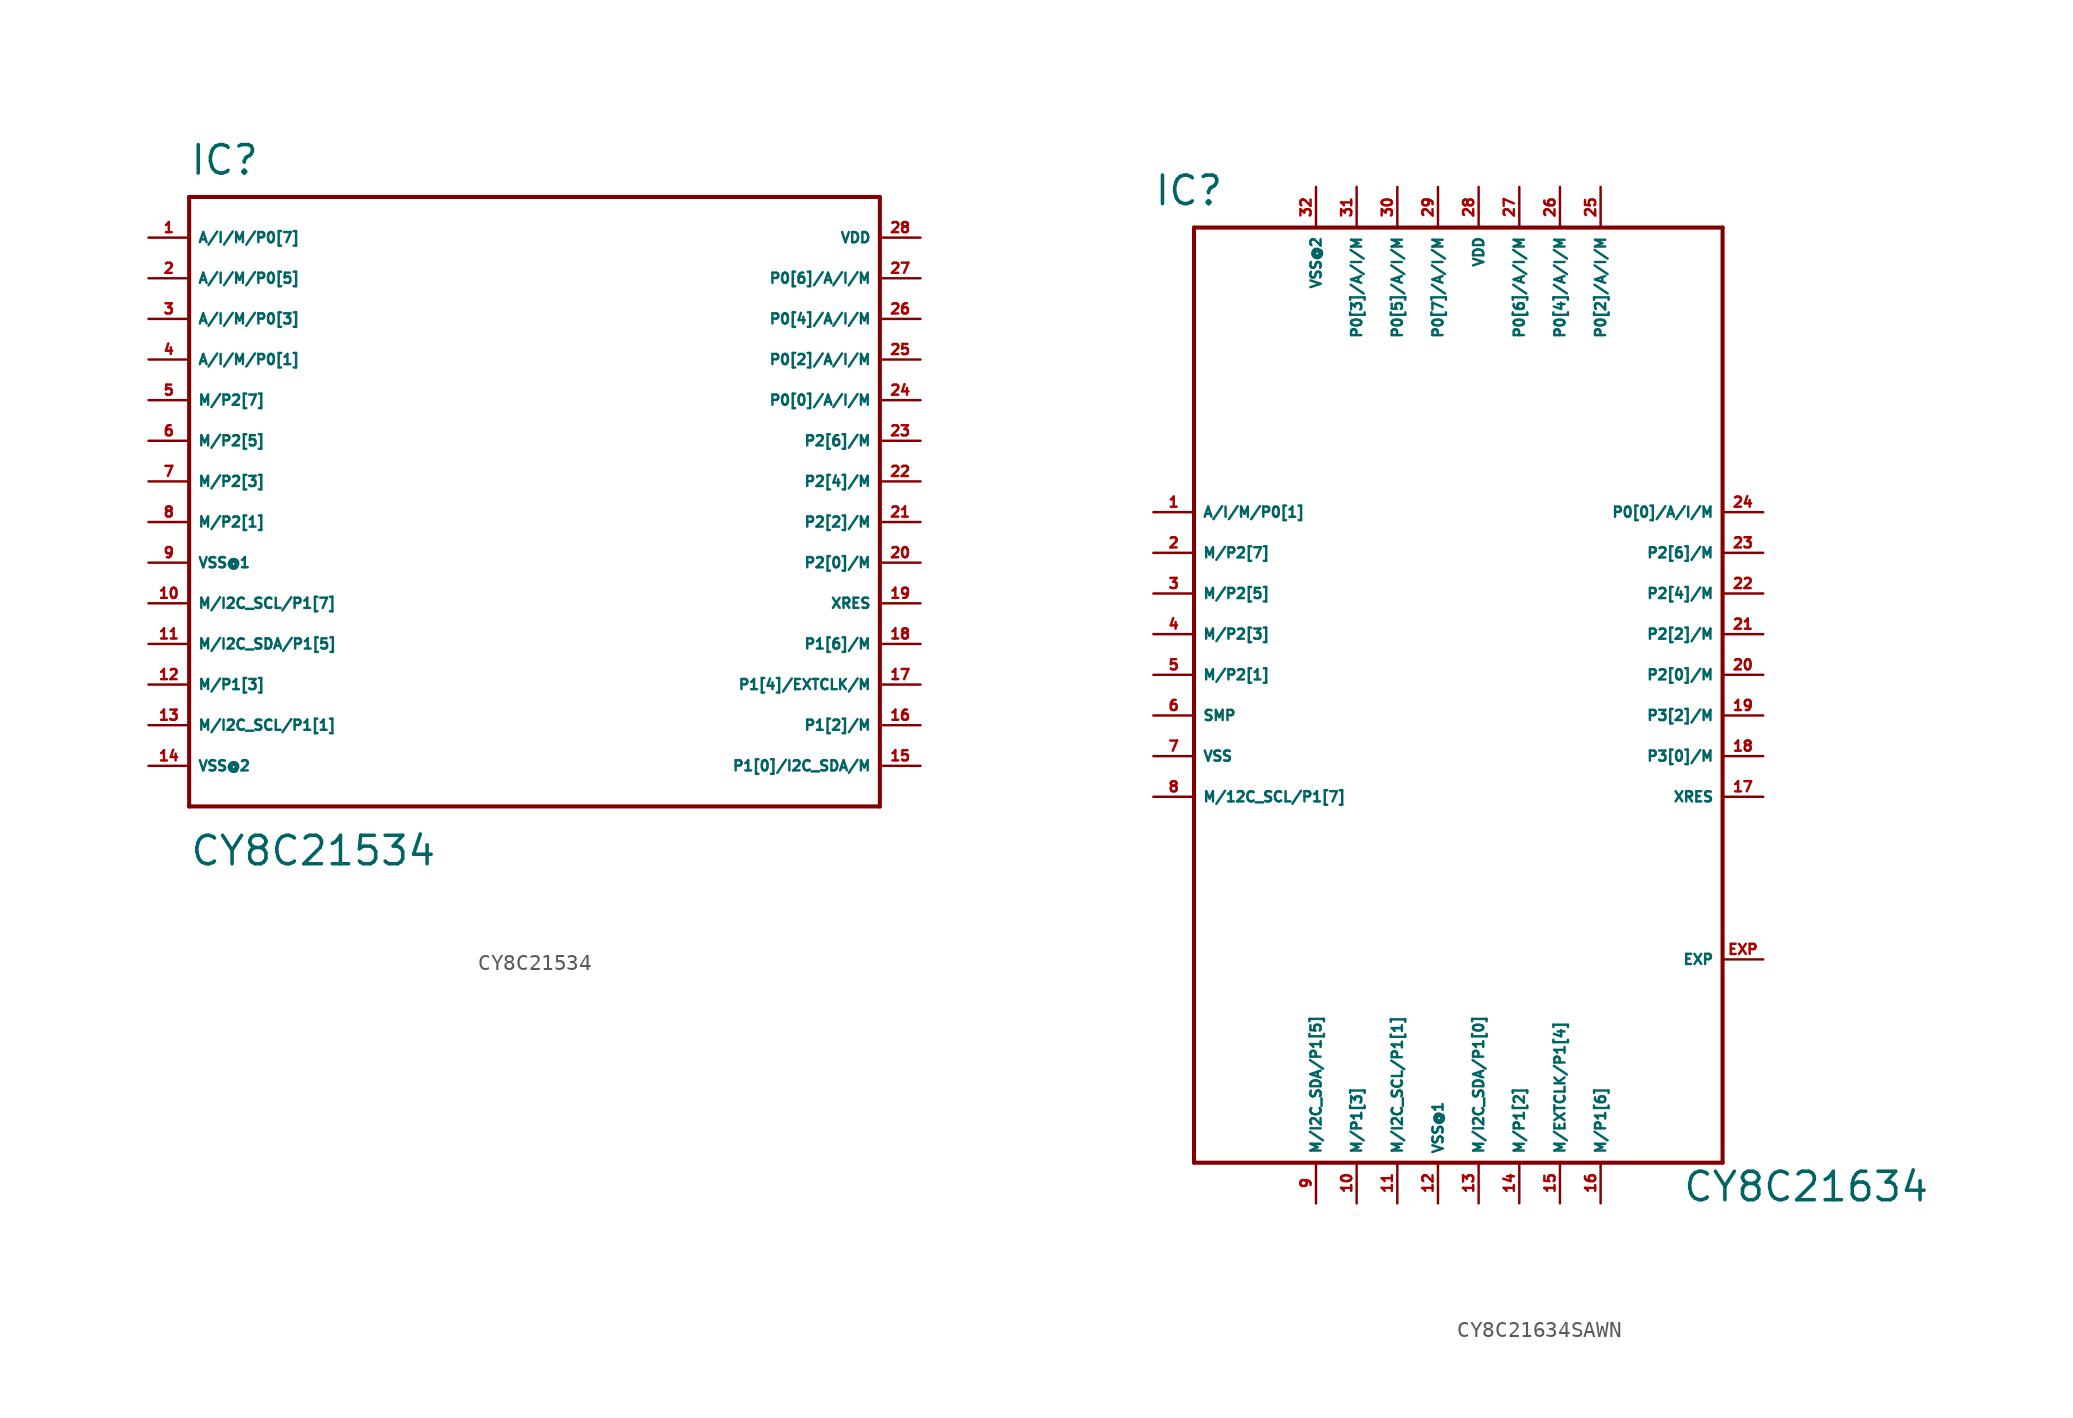
<source format=kicad_sym>
(kicad_symbol_lib
  (version 20220914)
  (generator Eagle2Kicad)
  (symbol "CY8C21534"
    (property "Reference" "IC"
      (at -22.86 19.05 0)
      (effects (font (size 1.778 1.778) (thickness 0.22)) (justify left bottom)))
    (property "Value" "CY8C21534"
      (at -22.86 -24.13 0)
      (effects (font (size 1.778 1.778) (thickness 0.22)) (justify left bottom)))
    (polyline
      (pts (xy -22.86 17.78) (xy 20.32 17.78))
      (stroke (width 0.254) (type default))
      (fill (type none)))
    (polyline
      (pts (xy 20.32 17.78) (xy 20.32 -20.32))
      (stroke (width 0.254) (type default))
      (fill (type none)))
    (polyline
      (pts (xy 20.32 -20.32) (xy -22.86 -20.32))
      (stroke (width 0.254) (type default))
      (fill (type none)))
    (polyline
      (pts (xy -22.86 -20.32) (xy -22.86 17.78))
      (stroke (width 0.254) (type default))
      (fill (type none)))
    (pin bidirectional line
      (at -25.4 15.24 0)
      (length 2.54)
      (name "A/I/M/P0[7]" (effects (font (size 0.635 0.635) (thickness 0.08)) (justify left bottom)))
      (number "1" (effects (font (size 0.635 0.635) (thickness 0.08)) (justify left bottom))))
    (pin bidirectional line
      (at -25.4 12.7 0)
      (length 2.54)
      (name "A/I/M/P0[5]" (effects (font (size 0.635 0.635) (thickness 0.08)) (justify left bottom)))
      (number "2" (effects (font (size 0.635 0.635) (thickness 0.08)) (justify left bottom))))
    (pin bidirectional line
      (at -25.4 10.16 0)
      (length 2.54)
      (name "A/I/M/P0[3]" (effects (font (size 0.635 0.635) (thickness 0.08)) (justify left bottom)))
      (number "3" (effects (font (size 0.635 0.635) (thickness 0.08)) (justify left bottom))))
    (pin bidirectional line
      (at -25.4 7.62 0)
      (length 2.54)
      (name "A/I/M/P0[1]" (effects (font (size 0.635 0.635) (thickness 0.08)) (justify left bottom)))
      (number "4" (effects (font (size 0.635 0.635) (thickness 0.08)) (justify left bottom))))
    (pin bidirectional line
      (at -25.4 5.08 0)
      (length 2.54)
      (name "M/P2[7]" (effects (font (size 0.635 0.635) (thickness 0.08)) (justify left bottom)))
      (number "5" (effects (font (size 0.635 0.635) (thickness 0.08)) (justify left bottom))))
    (pin bidirectional line
      (at -25.4 2.54 0)
      (length 2.54)
      (name "M/P2[5]" (effects (font (size 0.635 0.635) (thickness 0.08)) (justify left bottom)))
      (number "6" (effects (font (size 0.635 0.635) (thickness 0.08)) (justify left bottom))))
    (pin bidirectional line
      (at -25.4 0 0)
      (length 2.54)
      (name "M/P2[3]" (effects (font (size 0.635 0.635) (thickness 0.08)) (justify left bottom)))
      (number "7" (effects (font (size 0.635 0.635) (thickness 0.08)) (justify left bottom))))
    (pin bidirectional line
      (at -25.4 -2.54 0)
      (length 2.54)
      (name "M/P2[1]" (effects (font (size 0.635 0.635) (thickness 0.08)) (justify left bottom)))
      (number "8" (effects (font (size 0.635 0.635) (thickness 0.08)) (justify left bottom))))
    (pin bidirectional line
      (at -25.4 -7.62 0)
      (length 2.54)
      (name "M/I2C_SCL/P1[7]" (effects (font (size 0.635 0.635) (thickness 0.08)) (justify left bottom)))
      (number "10" (effects (font (size 0.635 0.635) (thickness 0.08)) (justify left bottom))))
    (pin bidirectional line
      (at -25.4 -10.16 0)
      (length 2.54)
      (name "M/I2C_SDA/P1[5]" (effects (font (size 0.635 0.635) (thickness 0.08)) (justify left bottom)))
      (number "11" (effects (font (size 0.635 0.635) (thickness 0.08)) (justify left bottom))))
    (pin bidirectional line
      (at -25.4 -12.7 0)
      (length 2.54)
      (name "M/P1[3]" (effects (font (size 0.635 0.635) (thickness 0.08)) (justify left bottom)))
      (number "12" (effects (font (size 0.635 0.635) (thickness 0.08)) (justify left bottom))))
    (pin bidirectional line
      (at -25.4 -15.24 0)
      (length 2.54)
      (name "M/I2C_SCL/P1[1]" (effects (font (size 0.635 0.635) (thickness 0.08)) (justify left bottom)))
      (number "13" (effects (font (size 0.635 0.635) (thickness 0.08)) (justify left bottom))))
    (pin bidirectional line
      (at 22.86 -17.78 180)
      (length 2.54)
      (name "P1[0]/I2C_SDA/M" (effects (font (size 0.635 0.635) (thickness 0.08)) (justify left bottom)))
      (number "15" (effects (font (size 0.635 0.635) (thickness 0.08)) (justify left bottom))))
    (pin bidirectional line
      (at 22.86 -15.24 180)
      (length 2.54)
      (name "P1[2]/M" (effects (font (size 0.635 0.635) (thickness 0.08)) (justify left bottom)))
      (number "16" (effects (font (size 0.635 0.635) (thickness 0.08)) (justify left bottom))))
    (pin bidirectional line
      (at 22.86 -12.7 180)
      (length 2.54)
      (name "P1[4]/EXTCLK/M" (effects (font (size 0.635 0.635) (thickness 0.08)) (justify left bottom)))
      (number "17" (effects (font (size 0.635 0.635) (thickness 0.08)) (justify left bottom))))
    (pin bidirectional line
      (at 22.86 -10.16 180)
      (length 2.54)
      (name "P1[6]/M" (effects (font (size 0.635 0.635) (thickness 0.08)) (justify left bottom)))
      (number "18" (effects (font (size 0.635 0.635) (thickness 0.08)) (justify left bottom))))
    (pin bidirectional line
      (at 22.86 -5.08 180)
      (length 2.54)
      (name "P2[0]/M" (effects (font (size 0.635 0.635) (thickness 0.08)) (justify left bottom)))
      (number "20" (effects (font (size 0.635 0.635) (thickness 0.08)) (justify left bottom))))
    (pin bidirectional line
      (at 22.86 -2.54 180)
      (length 2.54)
      (name "P2[2]/M" (effects (font (size 0.635 0.635) (thickness 0.08)) (justify left bottom)))
      (number "21" (effects (font (size 0.635 0.635) (thickness 0.08)) (justify left bottom))))
    (pin bidirectional line
      (at 22.86 0 180)
      (length 2.54)
      (name "P2[4]/M" (effects (font (size 0.635 0.635) (thickness 0.08)) (justify left bottom)))
      (number "22" (effects (font (size 0.635 0.635) (thickness 0.08)) (justify left bottom))))
    (pin bidirectional line
      (at 22.86 2.54 180)
      (length 2.54)
      (name "P2[6]/M" (effects (font (size 0.635 0.635) (thickness 0.08)) (justify left bottom)))
      (number "23" (effects (font (size 0.635 0.635) (thickness 0.08)) (justify left bottom))))
    (pin bidirectional line
      (at 22.86 5.08 180)
      (length 2.54)
      (name "P0[0]/A/I/M" (effects (font (size 0.635 0.635) (thickness 0.08)) (justify left bottom)))
      (number "24" (effects (font (size 0.635 0.635) (thickness 0.08)) (justify left bottom))))
    (pin bidirectional line
      (at 22.86 7.62 180)
      (length 2.54)
      (name "P0[2]/A/I/M" (effects (font (size 0.635 0.635) (thickness 0.08)) (justify left bottom)))
      (number "25" (effects (font (size 0.635 0.635) (thickness 0.08)) (justify left bottom))))
    (pin bidirectional line
      (at 22.86 10.16 180)
      (length 2.54)
      (name "P0[4]/A/I/M" (effects (font (size 0.635 0.635) (thickness 0.08)) (justify left bottom)))
      (number "26" (effects (font (size 0.635 0.635) (thickness 0.08)) (justify left bottom))))
    (pin bidirectional line
      (at 22.86 12.7 180)
      (length 2.54)
      (name "P0[6]/A/I/M" (effects (font (size 0.635 0.635) (thickness 0.08)) (justify left bottom)))
      (number "27" (effects (font (size 0.635 0.635) (thickness 0.08)) (justify left bottom))))
    (pin unspecified line
      (at -25.4 -5.08 0)
      (length 2.54)
      (name "VSS@1" (effects (font (size 0.635 0.635) (thickness 0.08)) (justify left bottom)))
      (number "9" (effects (font (size 0.635 0.635) (thickness 0.08)) (justify left bottom))))
    (pin unspecified line
      (at -25.4 -17.78 0)
      (length 2.54)
      (name "VSS@2" (effects (font (size 0.635 0.635) (thickness 0.08)) (justify left bottom)))
      (number "14" (effects (font (size 0.635 0.635) (thickness 0.08)) (justify left bottom))))
    (pin unspecified line
      (at 22.86 15.24 180)
      (length 2.54)
      (name "VDD" (effects (font (size 0.635 0.635) (thickness 0.08)) (justify left bottom)))
      (number "28" (effects (font (size 0.635 0.635) (thickness 0.08)) (justify left bottom))))
    (pin input line
      (at 22.86 -7.62 180)
      (length 2.54)
      (name "XRES" (effects (font (size 0.635 0.635) (thickness 0.08)) (justify left bottom)))
      (number "19" (effects (font (size 0.635 0.635) (thickness 0.08)) (justify left bottom)))))
  (symbol "CY8C21634SAWN"
    (property "Reference" "IC"
      (at -17.78 29.21 0)
      (effects (font (size 1.778 1.778) (thickness 0.22)) (justify left bottom)))
    (property "Value" "CY8C21634"
      (at 15.24 -33.02 0)
      (effects (font (size 1.778 1.778) (thickness 0.22)) (justify left bottom)))
    (polyline
      (pts (xy -15.24 27.94) (xy 17.78 27.94))
      (stroke (width 0.254) (type default))
      (fill (type none)))
    (polyline
      (pts (xy 17.78 27.94) (xy 17.78 -30.48))
      (stroke (width 0.254) (type default))
      (fill (type none)))
    (polyline
      (pts (xy 17.78 -30.48) (xy -15.24 -30.48))
      (stroke (width 0.254) (type default))
      (fill (type none)))
    (polyline
      (pts (xy -15.24 -30.48) (xy -15.24 27.94))
      (stroke (width 0.254) (type default))
      (fill (type none)))
    (pin bidirectional line
      (at -17.78 10.16 0)
      (length 2.54)
      (name "A/I/M/P0[1]" (effects (font (size 0.635 0.635) (thickness 0.08)) (justify left bottom)))
      (number "1" (effects (font (size 0.635 0.635) (thickness 0.08)) (justify left bottom))))
    (pin bidirectional line
      (at -17.78 7.62 0)
      (length 2.54)
      (name "M/P2[7]" (effects (font (size 0.635 0.635) (thickness 0.08)) (justify left bottom)))
      (number "2" (effects (font (size 0.635 0.635) (thickness 0.08)) (justify left bottom))))
    (pin bidirectional line
      (at -17.78 5.08 0)
      (length 2.54)
      (name "M/P2[5]" (effects (font (size 0.635 0.635) (thickness 0.08)) (justify left bottom)))
      (number "3" (effects (font (size 0.635 0.635) (thickness 0.08)) (justify left bottom))))
    (pin bidirectional line
      (at -17.78 2.54 0)
      (length 2.54)
      (name "M/P2[3]" (effects (font (size 0.635 0.635) (thickness 0.08)) (justify left bottom)))
      (number "4" (effects (font (size 0.635 0.635) (thickness 0.08)) (justify left bottom))))
    (pin bidirectional line
      (at -17.78 0 0)
      (length 2.54)
      (name "M/P2[1]" (effects (font (size 0.635 0.635) (thickness 0.08)) (justify left bottom)))
      (number "5" (effects (font (size 0.635 0.635) (thickness 0.08)) (justify left bottom))))
    (pin unspecified line
      (at -17.78 -2.54 0)
      (length 2.54)
      (name "SMP" (effects (font (size 0.635 0.635) (thickness 0.08)) (justify left bottom)))
      (number "6" (effects (font (size 0.635 0.635) (thickness 0.08)) (justify left bottom))))
    (pin unspecified line
      (at -17.78 -5.08 0)
      (length 2.54)
      (name "VSS" (effects (font (size 0.635 0.635) (thickness 0.08)) (justify left bottom)))
      (number "7" (effects (font (size 0.635 0.635) (thickness 0.08)) (justify left bottom))))
    (pin bidirectional line
      (at -17.78 -7.62 0)
      (length 2.54)
      (name "M/12C_SCL/P1[7]" (effects (font (size 0.635 0.635) (thickness 0.08)) (justify left bottom)))
      (number "8" (effects (font (size 0.635 0.635) (thickness 0.08)) (justify left bottom))))
    (pin bidirectional line
      (at -7.62 -33.02 90)
      (length 2.54)
      (name "M/I2C_SDA/P1[5]" (effects (font (size 0.635 0.635) (thickness 0.08)) (justify left bottom)))
      (number "9" (effects (font (size 0.635 0.635) (thickness 0.08)) (justify left bottom))))
    (pin bidirectional line
      (at -5.08 -33.02 90)
      (length 2.54)
      (name "M/P1[3]" (effects (font (size 0.635 0.635) (thickness 0.08)) (justify left bottom)))
      (number "10" (effects (font (size 0.635 0.635) (thickness 0.08)) (justify left bottom))))
    (pin bidirectional line
      (at -2.54 -33.02 90)
      (length 2.54)
      (name "M/I2C_SCL/P1[1]" (effects (font (size 0.635 0.635) (thickness 0.08)) (justify left bottom)))
      (number "11" (effects (font (size 0.635 0.635) (thickness 0.08)) (justify left bottom))))
    (pin bidirectional line
      (at 2.54 -33.02 90)
      (length 2.54)
      (name "M/I2C_SDA/P1[0]" (effects (font (size 0.635 0.635) (thickness 0.08)) (justify left bottom)))
      (number "13" (effects (font (size 0.635 0.635) (thickness 0.08)) (justify left bottom))))
    (pin bidirectional line
      (at 5.08 -33.02 90)
      (length 2.54)
      (name "M/P1[2]" (effects (font (size 0.635 0.635) (thickness 0.08)) (justify left bottom)))
      (number "14" (effects (font (size 0.635 0.635) (thickness 0.08)) (justify left bottom))))
    (pin bidirectional line
      (at 7.62 -33.02 90)
      (length 2.54)
      (name "M/EXTCLK/P1[4]" (effects (font (size 0.635 0.635) (thickness 0.08)) (justify left bottom)))
      (number "15" (effects (font (size 0.635 0.635) (thickness 0.08)) (justify left bottom))))
    (pin bidirectional line
      (at 10.16 -33.02 90)
      (length 2.54)
      (name "M/P1[6]" (effects (font (size 0.635 0.635) (thickness 0.08)) (justify left bottom)))
      (number "16" (effects (font (size 0.635 0.635) (thickness 0.08)) (justify left bottom))))
    (pin bidirectional line
      (at 20.32 -5.08 180)
      (length 2.54)
      (name "P3[0]/M" (effects (font (size 0.635 0.635) (thickness 0.08)) (justify left bottom)))
      (number "18" (effects (font (size 0.635 0.635) (thickness 0.08)) (justify left bottom))))
    (pin bidirectional line
      (at 20.32 -2.54 180)
      (length 2.54)
      (name "P3[2]/M" (effects (font (size 0.635 0.635) (thickness 0.08)) (justify left bottom)))
      (number "19" (effects (font (size 0.635 0.635) (thickness 0.08)) (justify left bottom))))
    (pin bidirectional line
      (at 20.32 0 180)
      (length 2.54)
      (name "P2[0]/M" (effects (font (size 0.635 0.635) (thickness 0.08)) (justify left bottom)))
      (number "20" (effects (font (size 0.635 0.635) (thickness 0.08)) (justify left bottom))))
    (pin bidirectional line
      (at 20.32 2.54 180)
      (length 2.54)
      (name "P2[2]/M" (effects (font (size 0.635 0.635) (thickness 0.08)) (justify left bottom)))
      (number "21" (effects (font (size 0.635 0.635) (thickness 0.08)) (justify left bottom))))
    (pin bidirectional line
      (at 20.32 5.08 180)
      (length 2.54)
      (name "P2[4]/M" (effects (font (size 0.635 0.635) (thickness 0.08)) (justify left bottom)))
      (number "22" (effects (font (size 0.635 0.635) (thickness 0.08)) (justify left bottom))))
    (pin bidirectional line
      (at 20.32 7.62 180)
      (length 2.54)
      (name "P2[6]/M" (effects (font (size 0.635 0.635) (thickness 0.08)) (justify left bottom)))
      (number "23" (effects (font (size 0.635 0.635) (thickness 0.08)) (justify left bottom))))
    (pin bidirectional line
      (at 20.32 10.16 180)
      (length 2.54)
      (name "P0[0]/A/I/M" (effects (font (size 0.635 0.635) (thickness 0.08)) (justify left bottom)))
      (number "24" (effects (font (size 0.635 0.635) (thickness 0.08)) (justify left bottom))))
    (pin bidirectional line
      (at 10.16 30.48 270)
      (length 2.54)
      (name "P0[2]/A/I/M" (effects (font (size 0.635 0.635) (thickness 0.08)) (justify left bottom)))
      (number "25" (effects (font (size 0.635 0.635) (thickness 0.08)) (justify left bottom))))
    (pin bidirectional line
      (at 7.62 30.48 270)
      (length 2.54)
      (name "P0[4]/A/I/M" (effects (font (size 0.635 0.635) (thickness 0.08)) (justify left bottom)))
      (number "26" (effects (font (size 0.635 0.635) (thickness 0.08)) (justify left bottom))))
    (pin bidirectional line
      (at 5.08 30.48 270)
      (length 2.54)
      (name "P0[6]/A/I/M" (effects (font (size 0.635 0.635) (thickness 0.08)) (justify left bottom)))
      (number "27" (effects (font (size 0.635 0.635) (thickness 0.08)) (justify left bottom))))
    (pin bidirectional line
      (at 0 30.48 270)
      (length 2.54)
      (name "P0[7]/A/I/M" (effects (font (size 0.635 0.635) (thickness 0.08)) (justify left bottom)))
      (number "29" (effects (font (size 0.635 0.635) (thickness 0.08)) (justify left bottom))))
    (pin bidirectional line
      (at -2.54 30.48 270)
      (length 2.54)
      (name "P0[5]/A/I/M" (effects (font (size 0.635 0.635) (thickness 0.08)) (justify left bottom)))
      (number "30" (effects (font (size 0.635 0.635) (thickness 0.08)) (justify left bottom))))
    (pin bidirectional line
      (at -5.08 30.48 270)
      (length 2.54)
      (name "P0[3]/A/I/M" (effects (font (size 0.635 0.635) (thickness 0.08)) (justify left bottom)))
      (number "31" (effects (font (size 0.635 0.635) (thickness 0.08)) (justify left bottom))))
    (pin unspecified line
      (at 0 -33.02 90)
      (length 2.54)
      (name "VSS@1" (effects (font (size 0.635 0.635) (thickness 0.08)) (justify left bottom)))
      (number "12" (effects (font (size 0.635 0.635) (thickness 0.08)) (justify left bottom))))
    (pin unspecified line
      (at 2.54 30.48 270)
      (length 2.54)
      (name "VDD" (effects (font (size 0.635 0.635) (thickness 0.08)) (justify left bottom)))
      (number "28" (effects (font (size 0.635 0.635) (thickness 0.08)) (justify left bottom))))
    (pin input line
      (at 20.32 -7.62 180)
      (length 2.54)
      (name "XRES" (effects (font (size 0.635 0.635) (thickness 0.08)) (justify left bottom)))
      (number "17" (effects (font (size 0.635 0.635) (thickness 0.08)) (justify left bottom))))
    (pin unspecified line
      (at -7.62 30.48 270)
      (length 2.54)
      (name "VSS@2" (effects (font (size 0.635 0.635) (thickness 0.08)) (justify left bottom)))
      (number "32" (effects (font (size 0.635 0.635) (thickness 0.08)) (justify left bottom))))
    (pin passive line
      (at 20.32 -17.78 180)
      (length 2.54)
      (name "EXP" (effects (font (size 0.635 0.635) (thickness 0.08)) (justify left bottom)))
      (number "EXP" (effects (font (size 0.635 0.635) (thickness 0.08)) (justify left bottom))))))
</source>
